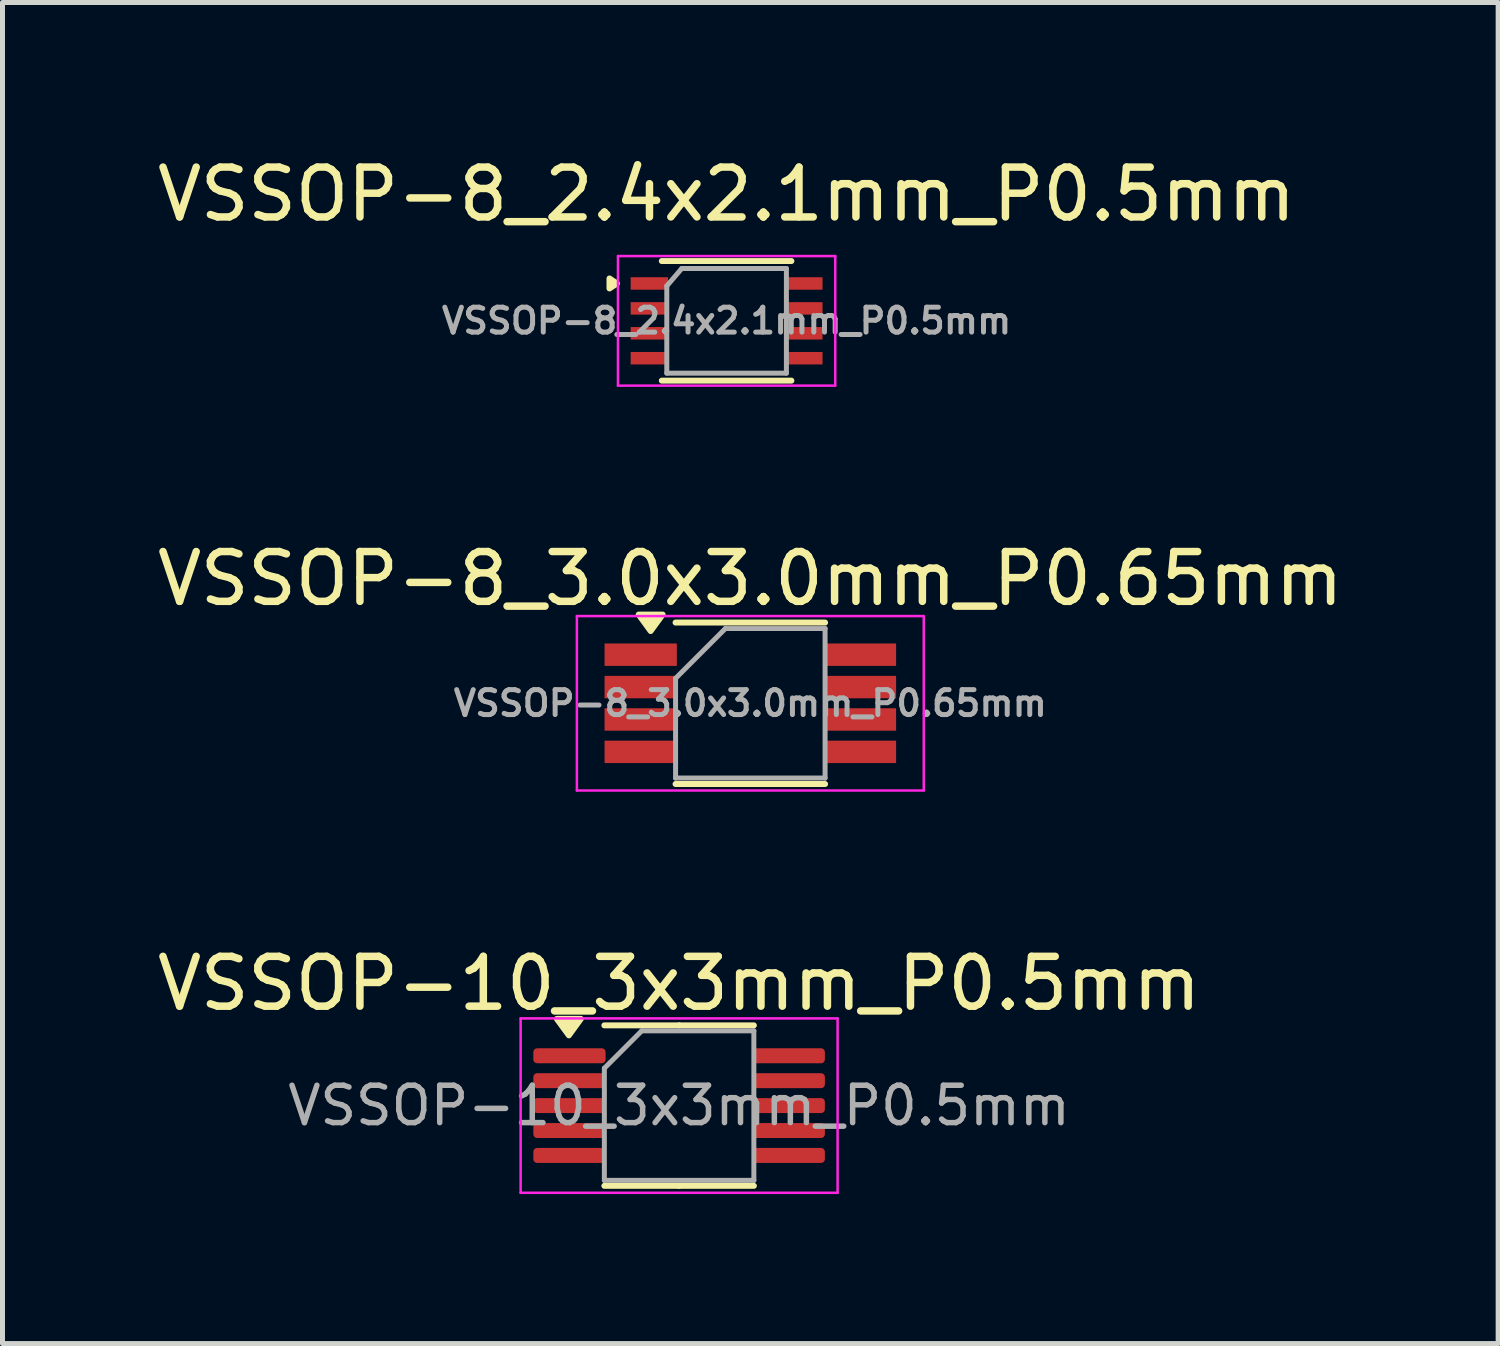
<source format=kicad_pcb>
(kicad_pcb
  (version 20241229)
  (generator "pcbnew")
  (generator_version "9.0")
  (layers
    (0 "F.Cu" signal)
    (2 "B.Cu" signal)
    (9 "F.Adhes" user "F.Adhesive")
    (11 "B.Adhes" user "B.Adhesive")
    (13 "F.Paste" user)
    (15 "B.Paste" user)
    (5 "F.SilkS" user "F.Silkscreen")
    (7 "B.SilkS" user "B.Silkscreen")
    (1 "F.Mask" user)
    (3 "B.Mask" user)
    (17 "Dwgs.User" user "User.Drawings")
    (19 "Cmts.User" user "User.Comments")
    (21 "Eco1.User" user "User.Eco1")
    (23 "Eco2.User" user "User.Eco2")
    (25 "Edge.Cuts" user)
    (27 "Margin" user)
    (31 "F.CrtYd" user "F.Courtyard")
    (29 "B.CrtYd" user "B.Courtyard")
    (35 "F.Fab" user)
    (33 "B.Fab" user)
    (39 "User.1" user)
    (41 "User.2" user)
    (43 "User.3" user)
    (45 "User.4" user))
  (footprint "VSSOP-10_3x3mm_P0.5mm"
    (layer "F.Cu")
    (at 10.577 19.135)
    (property "Reference" "VSSOP-10_3x3mm_P0.5mm" (at 0 -2.45 0) (layer "F.SilkS") (effects (font (size 1 1) (thickness 0.15))))
    (attr smd)
    (fp_line (start 0 -1.61) (end -1.5 -1.61) (stroke (width 0.12) (type solid)) (layer "F.SilkS"))
    (fp_line (start 0 -1.61) (end 1.5 -1.61) (stroke (width 0.12) (type solid)) (layer "F.SilkS"))
    (fp_line (start 0 1.61) (end -1.5 1.61) (stroke (width 0.12) (type solid)) (layer "F.SilkS"))
    (fp_line (start 0 1.61) (end 1.5 1.61) (stroke (width 0.12) (type solid)) (layer "F.SilkS"))
    (fp_poly (pts (xy -2.212 -1.41) (xy -2.453 -1.74) (xy -1.972 -1.74) (xy -2.212 -1.41)) (stroke (width 0.12) (type solid)) (fill yes) (layer "F.SilkS"))
    (fp_line (start -3.18 -1.75) (end -3.18 1.75) (stroke (width 0.05) (type solid)) (layer "F.CrtYd"))
    (fp_line (start -3.18 1.75) (end 3.18 1.75) (stroke (width 0.05) (type solid)) (layer "F.CrtYd"))
    (fp_line (start 3.18 -1.75) (end -3.18 -1.75) (stroke (width 0.05) (type solid)) (layer "F.CrtYd"))
    (fp_line (start 3.18 1.75) (end 3.18 -1.75) (stroke (width 0.05) (type solid)) (layer "F.CrtYd"))
    (fp_line (start -1.5 -0.75) (end -0.75 -1.5) (stroke (width 0.1) (type solid)) (layer "F.Fab"))
    (fp_line (start -1.5 1.5) (end -1.5 -0.75) (stroke (width 0.1) (type solid)) (layer "F.Fab"))
    (fp_line (start -0.75 -1.5) (end 1.5 -1.5) (stroke (width 0.1) (type solid)) (layer "F.Fab"))
    (fp_line (start 1.5 -1.5) (end 1.5 1.5) (stroke (width 0.1) (type solid)) (layer "F.Fab"))
    (fp_line (start 1.5 1.5) (end -1.5 1.5) (stroke (width 0.1) (type solid)) (layer "F.Fab"))
    (fp_text user "${REFERENCE}" (at 0 0 0) (layer "F.Fab") (effects (font (size 0.75 0.75) (thickness 0.11))))
    (pad "1" smd roundrect (at -2.2 -1) (size 1.45 0.3) (layers "F.Cu" "F.Mask" "F.Paste") (roundrect_rratio 0.25))
    (pad "2" smd roundrect (at -2.2 -0.5) (size 1.45 0.3) (layers "F.Cu" "F.Mask" "F.Paste") (roundrect_rratio 0.25))
    (pad "3" smd roundrect (at -2.2 0) (size 1.45 0.3) (layers "F.Cu" "F.Mask" "F.Paste") (roundrect_rratio 0.25))
    (pad "4" smd roundrect (at -2.2 0.5) (size 1.45 0.3) (layers "F.Cu" "F.Mask" "F.Paste") (roundrect_rratio 0.25))
    (pad "5" smd roundrect (at -2.2 1) (size 1.45 0.3) (layers "F.Cu" "F.Mask" "F.Paste") (roundrect_rratio 0.25))
    (pad "6" smd roundrect (at 2.2 1) (size 1.45 0.3) (layers "F.Cu" "F.Mask" "F.Paste") (roundrect_rratio 0.25))
    (pad "7" smd roundrect (at 2.2 0.5) (size 1.45 0.3) (layers "F.Cu" "F.Mask" "F.Paste") (roundrect_rratio 0.25))
    (pad "8" smd roundrect (at 2.2 0) (size 1.45 0.3) (layers "F.Cu" "F.Mask" "F.Paste") (roundrect_rratio 0.25))
    (pad "9" smd roundrect (at 2.2 -0.5) (size 1.45 0.3) (layers "F.Cu" "F.Mask" "F.Paste") (roundrect_rratio 0.25))
    (pad "10" smd roundrect (at 2.2 -1) (size 1.45 0.3) (layers "F.Cu" "F.Mask" "F.Paste") (roundrect_rratio 0.25)))
  (footprint "VSSOP-8_3.0x3.0mm_P0.65mm"
    (layer "F.Cu")
    (at 12.006 11.062)
    (property "Reference" "VSSOP-8_3.0x3.0mm_P0.65mm" (at 0 -2.5 0) (layer "F.SilkS") (effects (font (size 1 1) (thickness 0.15))))
    (attr smd)
    (fp_line (start 1.5 -1.62) (end -1.5 -1.62) (stroke (width 0.12) (type solid)) (layer "F.SilkS"))
    (fp_line (start 1.5 1.62) (end -1.5 1.62) (stroke (width 0.12) (type solid)) (layer "F.SilkS"))
    (fp_poly (pts (xy -2 -1.45) (xy -2.24 -1.78) (xy -1.76 -1.78) (xy -2 -1.45)) (stroke (width 0.12) (type solid)) (fill yes) (layer "F.SilkS"))
    (fp_line (start -3.48 -1.75) (end 3.48 -1.75) (stroke (width 0.05) (type solid)) (layer "F.CrtYd"))
    (fp_line (start -3.48 1.75) (end -3.48 -1.75) (stroke (width 0.05) (type solid)) (layer "F.CrtYd"))
    (fp_line (start 3.48 -1.75) (end 3.48 1.75) (stroke (width 0.05) (type solid)) (layer "F.CrtYd"))
    (fp_line (start 3.48 1.75) (end -3.48 1.75) (stroke (width 0.05) (type solid)) (layer "F.CrtYd"))
    (fp_line (start -1.5 1.5) (end -1.5 -0.5) (stroke (width 0.1) (type solid)) (layer "F.Fab"))
    (fp_line (start -0.5 -1.5) (end -1.5 -0.5) (stroke (width 0.1) (type solid)) (layer "F.Fab"))
    (fp_line (start -0.5 -1.5) (end 1.5 -1.5) (stroke (width 0.1) (type solid)) (layer "F.Fab"))
    (fp_line (start 1.5 -1.5) (end 1.5 1.5) (stroke (width 0.1) (type solid)) (layer "F.Fab"))
    (fp_line (start 1.5 1.5) (end -1.5 1.5) (stroke (width 0.1) (type solid)) (layer "F.Fab"))
    (fp_text user "${REFERENCE}" (at 0 0 0) (layer "F.Fab") (effects (font (size 0.5 0.5) (thickness 0.1))))
    (pad "1" smd rect (at -2.2 -0.975 270) (size 0.45 1.45) (layers "F.Cu" "F.Mask" "F.Paste"))
    (pad "2" smd rect (at -2.2 -0.325 270) (size 0.45 1.45) (layers "F.Cu" "F.Mask" "F.Paste"))
    (pad "3" smd rect (at -2.2 0.325 270) (size 0.45 1.45) (layers "F.Cu" "F.Mask" "F.Paste"))
    (pad "4" smd rect (at -2.2 0.975 270) (size 0.45 1.45) (layers "F.Cu" "F.Mask" "F.Paste"))
    (pad "5" smd rect (at 2.2 0.975 270) (size 0.45 1.45) (layers "F.Cu" "F.Mask" "F.Paste"))
    (pad "6" smd rect (at 2.2 0.325 270) (size 0.45 1.45) (layers "F.Cu" "F.Mask" "F.Paste"))
    (pad "7" smd rect (at 2.2 -0.325 270) (size 0.45 1.45) (layers "F.Cu" "F.Mask" "F.Paste"))
    (pad "8" smd rect (at 2.2 -0.975 270) (size 0.45 1.45) (layers "F.Cu" "F.Mask" "F.Paste")))
  (footprint "VSSOP-8_2.4x2.1mm_P0.5mm"
    (layer "F.Cu")
    (at 11.53 3.388)
    (property "Reference" "VSSOP-8_2.4x2.1mm_P0.5mm" (at 0 -2.54 0) (layer "F.SilkS") (effects (font (size 1 1) (thickness 0.15))))
    (attr smd)
    (fp_line (start -1.3 1.2) (end 1.3 1.2) (stroke (width 0.12) (type solid)) (layer "F.SilkS"))
    (fp_line (start 1.3 -1.2) (end -1.3 -1.2) (stroke (width 0.12) (type solid)) (layer "F.SilkS"))
    (fp_poly (pts (xy -2.35 -0.65) (xy -2.2 -0.75) (xy -2.35 -0.85)) (stroke (width 0.12) (type solid)) (fill no) (layer "F.SilkS"))
    (fp_line (start -2.18 -1.3) (end 2.18 -1.3) (stroke (width 0.05) (type solid)) (layer "F.CrtYd"))
    (fp_line (start -2.18 1.3) (end -2.18 -1.3) (stroke (width 0.05) (type solid)) (layer "F.CrtYd"))
    (fp_line (start 2.18 -1.3) (end 2.18 1.3) (stroke (width 0.05) (type solid)) (layer "F.CrtYd"))
    (fp_line (start 2.18 1.3) (end -2.18 1.3) (stroke (width 0.05) (type solid)) (layer "F.CrtYd"))
    (fp_line (start -1.2 -0.7) (end -1.2 1.05) (stroke (width 0.1) (type solid)) (layer "F.Fab"))
    (fp_line (start -1.2 1.05) (end 1.2 1.05) (stroke (width 0.1) (type solid)) (layer "F.Fab"))
    (fp_line (start -0.9 -1.05) (end -1.2 -0.7) (stroke (width 0.1) (type solid)) (layer "F.Fab"))
    (fp_line (start 1.2 -1.05) (end -0.9 -1.05) (stroke (width 0.1) (type solid)) (layer "F.Fab"))
    (fp_line (start 1.2 1.05) (end 1.2 -1.05) (stroke (width 0.1) (type solid)) (layer "F.Fab"))
    (fp_text user "${REFERENCE}" (at 0 0 0) (layer "F.Fab") (effects (font (size 0.5 0.5) (thickness 0.1))))
    (pad "1" smd rect (at -1.55 -0.75) (size 0.75 0.25) (layers "F.Cu" "F.Mask" "F.Paste"))
    (pad "2" smd rect (at -1.55 -0.25) (size 0.75 0.25) (layers "F.Cu" "F.Mask" "F.Paste"))
    (pad "3" smd rect (at -1.55 0.25) (size 0.75 0.25) (layers "F.Cu" "F.Mask" "F.Paste"))
    (pad "4" smd rect (at -1.55 0.75) (size 0.75 0.25) (layers "F.Cu" "F.Mask" "F.Paste"))
    (pad "5" smd rect (at 1.55 0.75) (size 0.75 0.25) (layers "F.Cu" "F.Mask" "F.Paste"))
    (pad "6" smd rect (at 1.55 0.25) (size 0.75 0.25) (layers "F.Cu" "F.Mask" "F.Paste"))
    (pad "7" smd rect (at 1.55 -0.25) (size 0.75 0.25) (layers "F.Cu" "F.Mask" "F.Paste"))
    (pad "8" smd rect (at 1.55 -0.75) (size 0.75 0.25) (layers "F.Cu" "F.Mask" "F.Paste")))
  (gr_rect
    (start -3 -3)
    (end 27.012 23.91)
    (stroke (width 0.1) (type default))
    (fill no)
    (layer "Edge.Cuts")))
</source>
